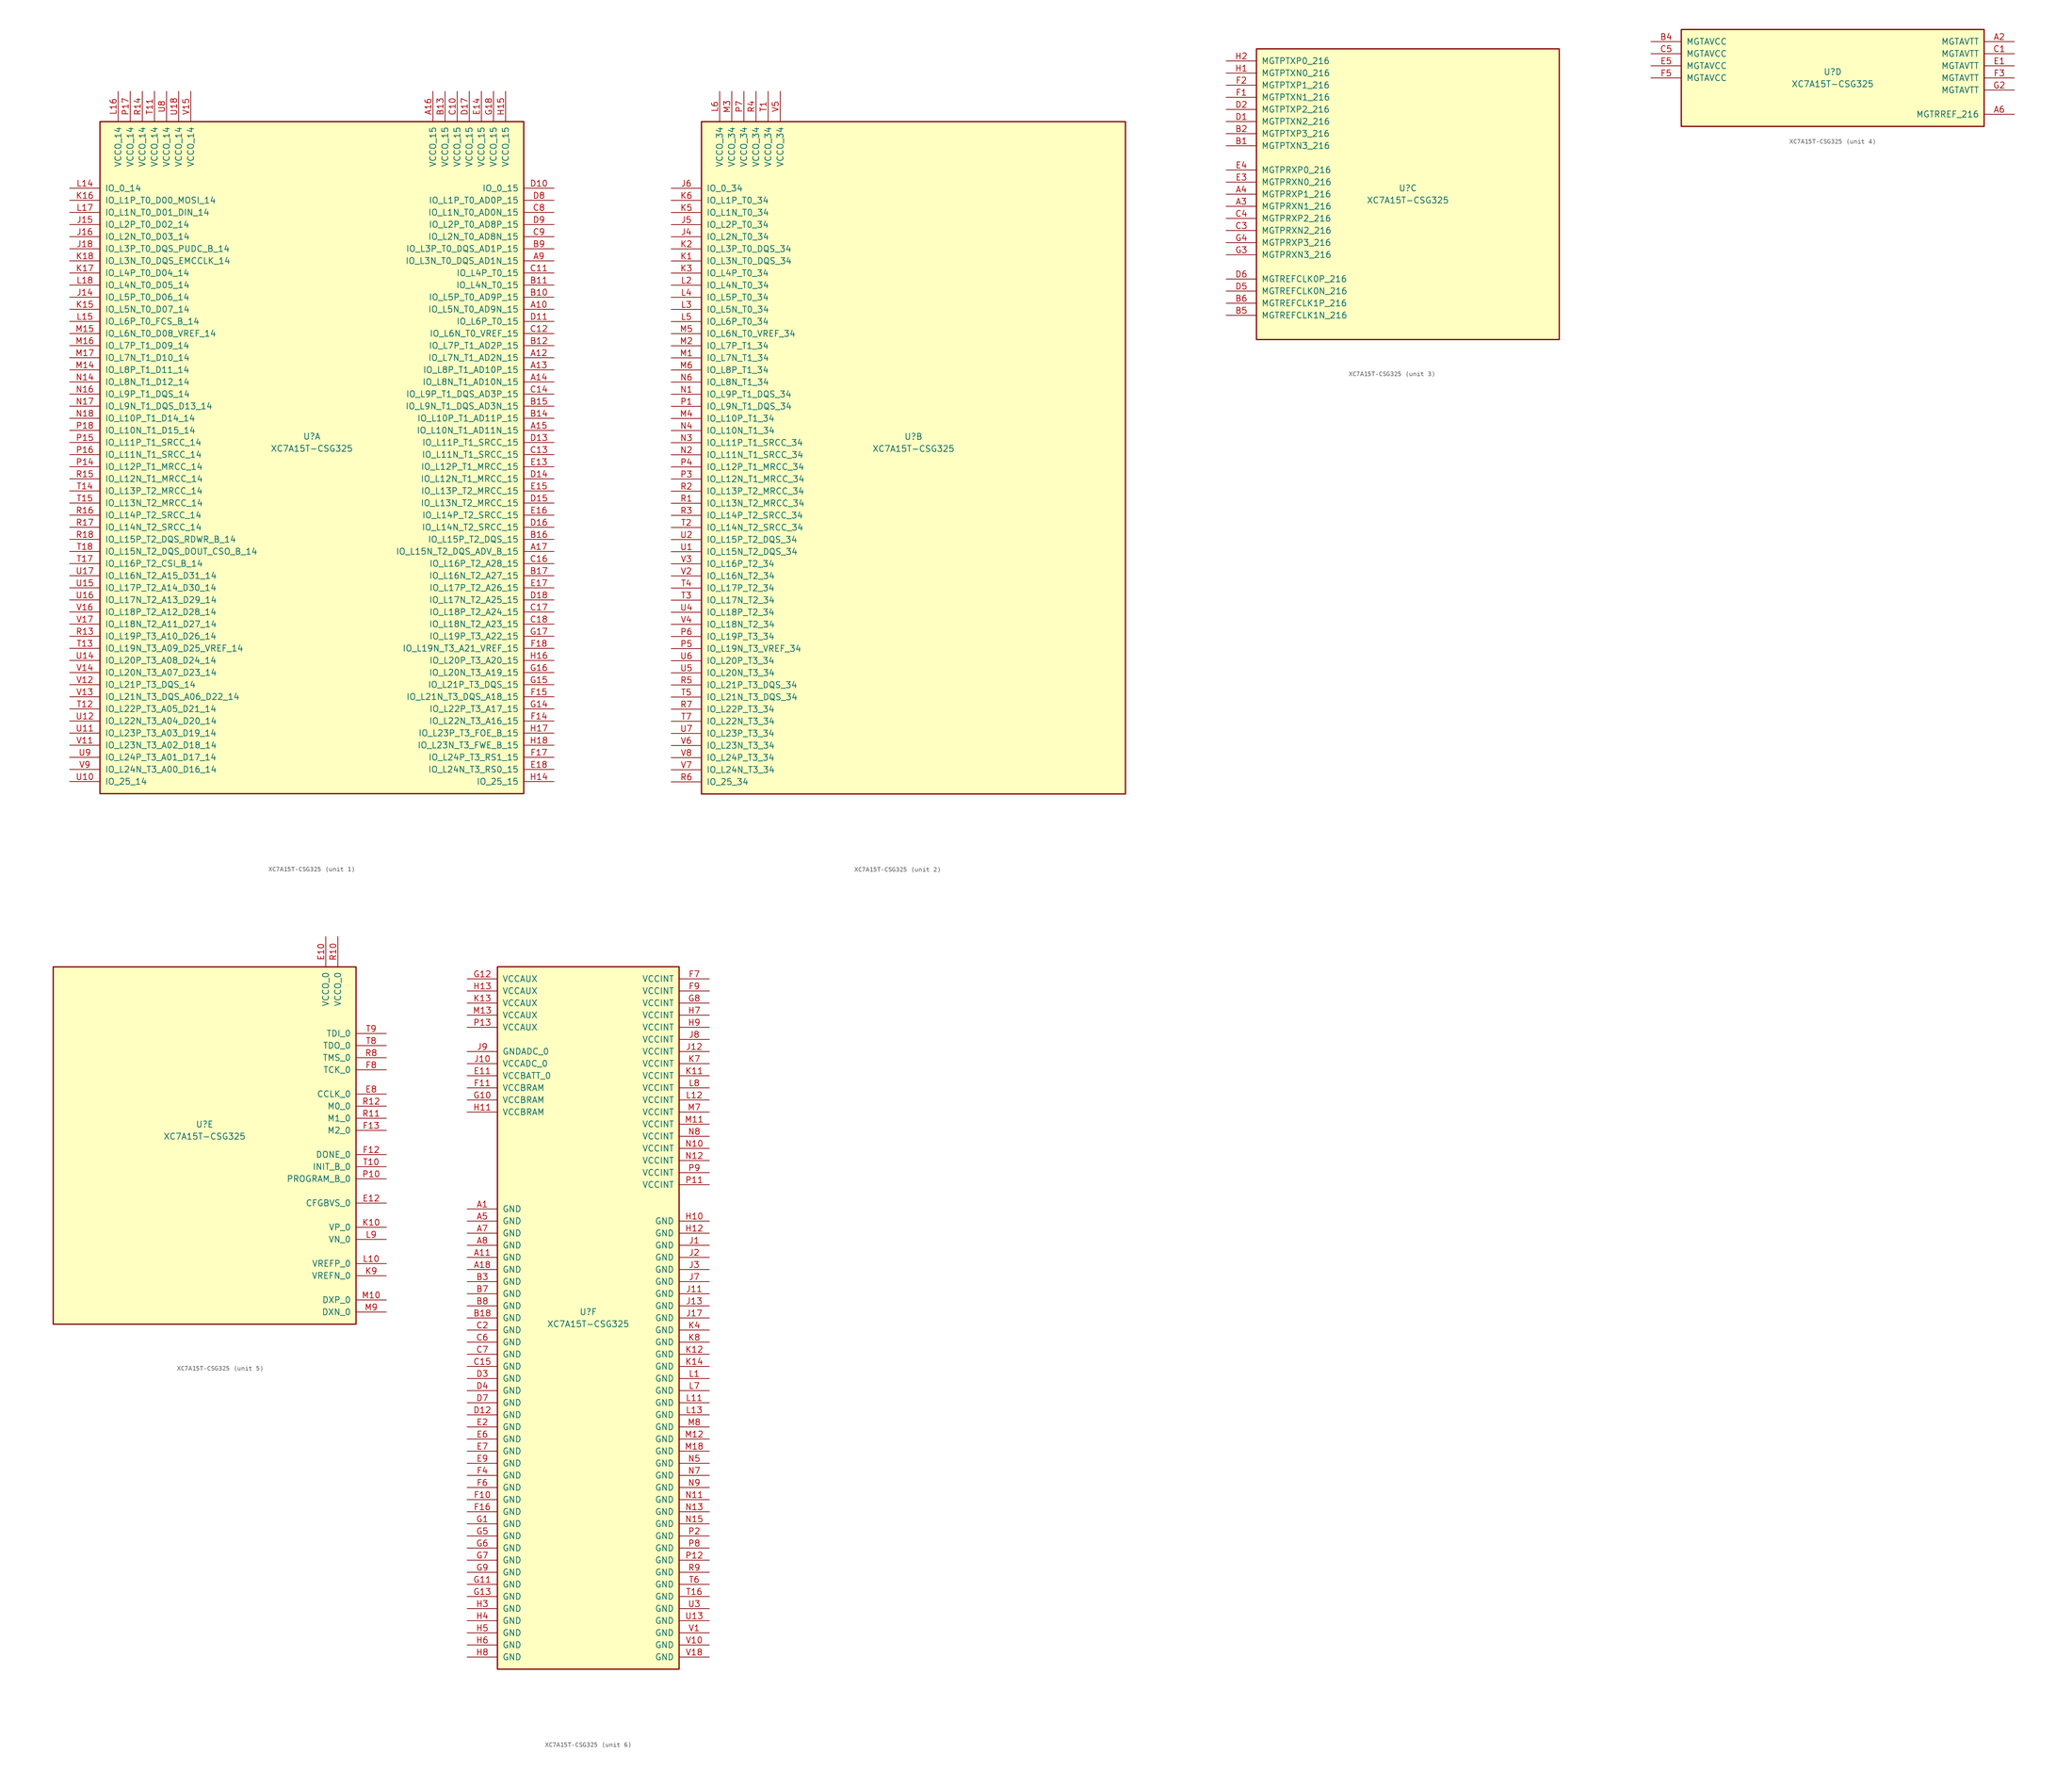
<source format=kicad_sym>
(kicad_symbol_lib
  (version 20231120)
  (generator "kicad_symbol_editor")
  (generator_version "8.0")
  (symbol "XC7A15T-CSG325"
    (pin_names
      (offset 1.016))
    (property "Reference" "U"
      (at 0 1.27 0)
      (effects (font (size 1.27 1.27))))
    (property "Value" "XC7A15T-CSG325"
      (at 0 -1.27 0)
      (effects (font (size 1.27 1.27))))
    (property "Datasheet" ""
      (at 0 0 0)
      (effects (font (size 1.27 1.27))))
    (property "ki_locked" ""
      (at 0 0 0)
      (effects (font (size 1.27 1.27))))
    (symbol "XC7A15T-CSG325_1_1"
      (rectangle (start -44.45 67.31) (end 44.45 -73.66) (stroke (width 0.254) (type solid)) (fill (type background)))
      (pin bidirectional line (at 50.8 27.94 180) (length 6.35) (name "IO_L5N_T0_AD9N_15" (effects (font (size 1.27 1.27)))) (number "A10" (effects (font (size 1.27 1.27)))))
      (pin bidirectional line (at 50.8 17.78 180) (length 6.35) (name "IO_L7N_T1_AD2N_15" (effects (font (size 1.27 1.27)))) (number "A12" (effects (font (size 1.27 1.27)))))
      (pin bidirectional line (at 50.8 15.24 180) (length 6.35) (name "IO_L8P_T1_AD10P_15" (effects (font (size 1.27 1.27)))) (number "A13" (effects (font (size 1.27 1.27)))))
      (pin bidirectional line (at 50.8 12.7 180) (length 6.35) (name "IO_L8N_T1_AD10N_15" (effects (font (size 1.27 1.27)))) (number "A14" (effects (font (size 1.27 1.27)))))
      (pin bidirectional line (at 50.8 2.54 180) (length 6.35) (name "IO_L10N_T1_AD11N_15" (effects (font (size 1.27 1.27)))) (number "A15" (effects (font (size 1.27 1.27)))))
      (pin power_in line (at 25.4 73.66 270) (length 6.35) (name "VCCO_15" (effects (font (size 1.27 1.27)))) (number "A16" (effects (font (size 1.27 1.27)))))
      (pin bidirectional line (at 50.8 -22.86 180) (length 6.35) (name "IO_L15N_T2_DQS_ADV_B_15" (effects (font (size 1.27 1.27)))) (number "A17" (effects (font (size 1.27 1.27)))))
      (pin bidirectional line (at 50.8 38.1 180) (length 6.35) (name "IO_L3N_T0_DQS_AD1N_15" (effects (font (size 1.27 1.27)))) (number "A9" (effects (font (size 1.27 1.27)))))
      (pin bidirectional line (at 50.8 30.48 180) (length 6.35) (name "IO_L5P_T0_AD9P_15" (effects (font (size 1.27 1.27)))) (number "B10" (effects (font (size 1.27 1.27)))))
      (pin bidirectional line (at 50.8 33.02 180) (length 6.35) (name "IO_L4N_T0_15" (effects (font (size 1.27 1.27)))) (number "B11" (effects (font (size 1.27 1.27)))))
      (pin bidirectional line (at 50.8 20.32 180) (length 6.35) (name "IO_L7P_T1_AD2P_15" (effects (font (size 1.27 1.27)))) (number "B12" (effects (font (size 1.27 1.27)))))
      (pin power_in line (at 27.94 73.66 270) (length 6.35) (name "VCCO_15" (effects (font (size 1.27 1.27)))) (number "B13" (effects (font (size 1.27 1.27)))))
      (pin bidirectional line (at 50.8 5.08 180) (length 6.35) (name "IO_L10P_T1_AD11P_15" (effects (font (size 1.27 1.27)))) (number "B14" (effects (font (size 1.27 1.27)))))
      (pin bidirectional line (at 50.8 7.62 180) (length 6.35) (name "IO_L9N_T1_DQS_AD3N_15" (effects (font (size 1.27 1.27)))) (number "B15" (effects (font (size 1.27 1.27)))))
      (pin bidirectional line (at 50.8 -20.32 180) (length 6.35) (name "IO_L15P_T2_DQS_15" (effects (font (size 1.27 1.27)))) (number "B16" (effects (font (size 1.27 1.27)))))
      (pin bidirectional line (at 50.8 -27.94 180) (length 6.35) (name "IO_L16N_T2_A27_15" (effects (font (size 1.27 1.27)))) (number "B17" (effects (font (size 1.27 1.27)))))
      (pin bidirectional line (at 50.8 40.64 180) (length 6.35) (name "IO_L3P_T0_DQS_AD1P_15" (effects (font (size 1.27 1.27)))) (number "B9" (effects (font (size 1.27 1.27)))))
      (pin power_in line (at 30.48 73.66 270) (length 6.35) (name "VCCO_15" (effects (font (size 1.27 1.27)))) (number "C10" (effects (font (size 1.27 1.27)))))
      (pin bidirectional line (at 50.8 35.56 180) (length 6.35) (name "IO_L4P_T0_15" (effects (font (size 1.27 1.27)))) (number "C11" (effects (font (size 1.27 1.27)))))
      (pin bidirectional line (at 50.8 22.86 180) (length 6.35) (name "IO_L6N_T0_VREF_15" (effects (font (size 1.27 1.27)))) (number "C12" (effects (font (size 1.27 1.27)))))
      (pin bidirectional line (at 50.8 -2.54 180) (length 6.35) (name "IO_L11N_T1_SRCC_15" (effects (font (size 1.27 1.27)))) (number "C13" (effects (font (size 1.27 1.27)))))
      (pin bidirectional line (at 50.8 10.16 180) (length 6.35) (name "IO_L9P_T1_DQS_AD3P_15" (effects (font (size 1.27 1.27)))) (number "C14" (effects (font (size 1.27 1.27)))))
      (pin bidirectional line (at 50.8 -25.4 180) (length 6.35) (name "IO_L16P_T2_A28_15" (effects (font (size 1.27 1.27)))) (number "C16" (effects (font (size 1.27 1.27)))))
      (pin bidirectional line (at 50.8 -35.56 180) (length 6.35) (name "IO_L18P_T2_A24_15" (effects (font (size 1.27 1.27)))) (number "C17" (effects (font (size 1.27 1.27)))))
      (pin bidirectional line (at 50.8 -38.1 180) (length 6.35) (name "IO_L18N_T2_A23_15" (effects (font (size 1.27 1.27)))) (number "C18" (effects (font (size 1.27 1.27)))))
      (pin bidirectional line (at 50.8 48.26 180) (length 6.35) (name "IO_L1N_T0_AD0N_15" (effects (font (size 1.27 1.27)))) (number "C8" (effects (font (size 1.27 1.27)))))
      (pin bidirectional line (at 50.8 43.18 180) (length 6.35) (name "IO_L2N_T0_AD8N_15" (effects (font (size 1.27 1.27)))) (number "C9" (effects (font (size 1.27 1.27)))))
      (pin bidirectional line (at 50.8 53.34 180) (length 6.35) (name "IO_0_15" (effects (font (size 1.27 1.27)))) (number "D10" (effects (font (size 1.27 1.27)))))
      (pin bidirectional line (at 50.8 25.4 180) (length 6.35) (name "IO_L6P_T0_15" (effects (font (size 1.27 1.27)))) (number "D11" (effects (font (size 1.27 1.27)))))
      (pin bidirectional line (at 50.8 0 180) (length 6.35) (name "IO_L11P_T1_SRCC_15" (effects (font (size 1.27 1.27)))) (number "D13" (effects (font (size 1.27 1.27)))))
      (pin bidirectional line (at 50.8 -7.62 180) (length 6.35) (name "IO_L12N_T1_MRCC_15" (effects (font (size 1.27 1.27)))) (number "D14" (effects (font (size 1.27 1.27)))))
      (pin bidirectional line (at 50.8 -12.7 180) (length 6.35) (name "IO_L13N_T2_MRCC_15" (effects (font (size 1.27 1.27)))) (number "D15" (effects (font (size 1.27 1.27)))))
      (pin bidirectional line (at 50.8 -17.78 180) (length 6.35) (name "IO_L14N_T2_SRCC_15" (effects (font (size 1.27 1.27)))) (number "D16" (effects (font (size 1.27 1.27)))))
      (pin power_in line (at 33.02 73.66 270) (length 6.35) (name "VCCO_15" (effects (font (size 1.27 1.27)))) (number "D17" (effects (font (size 1.27 1.27)))))
      (pin bidirectional line (at 50.8 -33.02 180) (length 6.35) (name "IO_L17N_T2_A25_15" (effects (font (size 1.27 1.27)))) (number "D18" (effects (font (size 1.27 1.27)))))
      (pin bidirectional line (at 50.8 50.8 180) (length 6.35) (name "IO_L1P_T0_AD0P_15" (effects (font (size 1.27 1.27)))) (number "D8" (effects (font (size 1.27 1.27)))))
      (pin bidirectional line (at 50.8 45.72 180) (length 6.35) (name "IO_L2P_T0_AD8P_15" (effects (font (size 1.27 1.27)))) (number "D9" (effects (font (size 1.27 1.27)))))
      (pin bidirectional line (at 50.8 -5.08 180) (length 6.35) (name "IO_L12P_T1_MRCC_15" (effects (font (size 1.27 1.27)))) (number "E13" (effects (font (size 1.27 1.27)))))
      (pin power_in line (at 35.56 73.66 270) (length 6.35) (name "VCCO_15" (effects (font (size 1.27 1.27)))) (number "E14" (effects (font (size 1.27 1.27)))))
      (pin bidirectional line (at 50.8 -10.16 180) (length 6.35) (name "IO_L13P_T2_MRCC_15" (effects (font (size 1.27 1.27)))) (number "E15" (effects (font (size 1.27 1.27)))))
      (pin bidirectional line (at 50.8 -15.24 180) (length 6.35) (name "IO_L14P_T2_SRCC_15" (effects (font (size 1.27 1.27)))) (number "E16" (effects (font (size 1.27 1.27)))))
      (pin bidirectional line (at 50.8 -30.48 180) (length 6.35) (name "IO_L17P_T2_A26_15" (effects (font (size 1.27 1.27)))) (number "E17" (effects (font (size 1.27 1.27)))))
      (pin bidirectional line (at 50.8 -68.58 180) (length 6.35) (name "IO_L24N_T3_RS0_15" (effects (font (size 1.27 1.27)))) (number "E18" (effects (font (size 1.27 1.27)))))
      (pin bidirectional line (at 50.8 -58.42 180) (length 6.35) (name "IO_L22N_T3_A16_15" (effects (font (size 1.27 1.27)))) (number "F14" (effects (font (size 1.27 1.27)))))
      (pin bidirectional line (at 50.8 -53.34 180) (length 6.35) (name "IO_L21N_T3_DQS_A18_15" (effects (font (size 1.27 1.27)))) (number "F15" (effects (font (size 1.27 1.27)))))
      (pin bidirectional line (at 50.8 -66.04 180) (length 6.35) (name "IO_L24P_T3_RS1_15" (effects (font (size 1.27 1.27)))) (number "F17" (effects (font (size 1.27 1.27)))))
      (pin bidirectional line (at 50.8 -43.18 180) (length 6.35) (name "IO_L19N_T3_A21_VREF_15" (effects (font (size 1.27 1.27)))) (number "F18" (effects (font (size 1.27 1.27)))))
      (pin bidirectional line (at 50.8 -55.88 180) (length 6.35) (name "IO_L22P_T3_A17_15" (effects (font (size 1.27 1.27)))) (number "G14" (effects (font (size 1.27 1.27)))))
      (pin bidirectional line (at 50.8 -50.8 180) (length 6.35) (name "IO_L21P_T3_DQS_15" (effects (font (size 1.27 1.27)))) (number "G15" (effects (font (size 1.27 1.27)))))
      (pin bidirectional line (at 50.8 -48.26 180) (length 6.35) (name "IO_L20N_T3_A19_15" (effects (font (size 1.27 1.27)))) (number "G16" (effects (font (size 1.27 1.27)))))
      (pin bidirectional line (at 50.8 -40.64 180) (length 6.35) (name "IO_L19P_T3_A22_15" (effects (font (size 1.27 1.27)))) (number "G17" (effects (font (size 1.27 1.27)))))
      (pin power_in line (at 38.1 73.66 270) (length 6.35) (name "VCCO_15" (effects (font (size 1.27 1.27)))) (number "G18" (effects (font (size 1.27 1.27)))))
      (pin bidirectional line (at 50.8 -71.12 180) (length 6.35) (name "IO_25_15" (effects (font (size 1.27 1.27)))) (number "H14" (effects (font (size 1.27 1.27)))))
      (pin power_in line (at 40.64 73.66 270) (length 6.35) (name "VCCO_15" (effects (font (size 1.27 1.27)))) (number "H15" (effects (font (size 1.27 1.27)))))
      (pin bidirectional line (at 50.8 -45.72 180) (length 6.35) (name "IO_L20P_T3_A20_15" (effects (font (size 1.27 1.27)))) (number "H16" (effects (font (size 1.27 1.27)))))
      (pin bidirectional line (at 50.8 -60.96 180) (length 6.35) (name "IO_L23P_T3_FOE_B_15" (effects (font (size 1.27 1.27)))) (number "H17" (effects (font (size 1.27 1.27)))))
      (pin bidirectional line (at 50.8 -63.5 180) (length 6.35) (name "IO_L23N_T3_FWE_B_15" (effects (font (size 1.27 1.27)))) (number "H18" (effects (font (size 1.27 1.27)))))
      (pin bidirectional line (at -50.8 30.48 0) (length 6.35) (name "IO_L5P_T0_D06_14" (effects (font (size 1.27 1.27)))) (number "J14" (effects (font (size 1.27 1.27)))))
      (pin bidirectional line (at -50.8 45.72 0) (length 6.35) (name "IO_L2P_T0_D02_14" (effects (font (size 1.27 1.27)))) (number "J15" (effects (font (size 1.27 1.27)))))
      (pin bidirectional line (at -50.8 43.18 0) (length 6.35) (name "IO_L2N_T0_D03_14" (effects (font (size 1.27 1.27)))) (number "J16" (effects (font (size 1.27 1.27)))))
      (pin bidirectional line (at -50.8 40.64 0) (length 6.35) (name "IO_L3P_T0_DQS_PUDC_B_14" (effects (font (size 1.27 1.27)))) (number "J18" (effects (font (size 1.27 1.27)))))
      (pin bidirectional line (at -50.8 27.94 0) (length 6.35) (name "IO_L5N_T0_D07_14" (effects (font (size 1.27 1.27)))) (number "K15" (effects (font (size 1.27 1.27)))))
      (pin bidirectional line (at -50.8 50.8 0) (length 6.35) (name "IO_L1P_T0_D00_MOSI_14" (effects (font (size 1.27 1.27)))) (number "K16" (effects (font (size 1.27 1.27)))))
      (pin bidirectional line (at -50.8 35.56 0) (length 6.35) (name "IO_L4P_T0_D04_14" (effects (font (size 1.27 1.27)))) (number "K17" (effects (font (size 1.27 1.27)))))
      (pin bidirectional line (at -50.8 38.1 0) (length 6.35) (name "IO_L3N_T0_DQS_EMCCLK_14" (effects (font (size 1.27 1.27)))) (number "K18" (effects (font (size 1.27 1.27)))))
      (pin bidirectional line (at -50.8 53.34 0) (length 6.35) (name "IO_0_14" (effects (font (size 1.27 1.27)))) (number "L14" (effects (font (size 1.27 1.27)))))
      (pin bidirectional line (at -50.8 25.4 0) (length 6.35) (name "IO_L6P_T0_FCS_B_14" (effects (font (size 1.27 1.27)))) (number "L15" (effects (font (size 1.27 1.27)))))
      (pin power_in line (at -40.64 73.66 270) (length 6.35) (name "VCCO_14" (effects (font (size 1.27 1.27)))) (number "L16" (effects (font (size 1.27 1.27)))))
      (pin bidirectional line (at -50.8 48.26 0) (length 6.35) (name "IO_L1N_T0_D01_DIN_14" (effects (font (size 1.27 1.27)))) (number "L17" (effects (font (size 1.27 1.27)))))
      (pin bidirectional line (at -50.8 33.02 0) (length 6.35) (name "IO_L4N_T0_D05_14" (effects (font (size 1.27 1.27)))) (number "L18" (effects (font (size 1.27 1.27)))))
      (pin bidirectional line (at -50.8 15.24 0) (length 6.35) (name "IO_L8P_T1_D11_14" (effects (font (size 1.27 1.27)))) (number "M14" (effects (font (size 1.27 1.27)))))
      (pin bidirectional line (at -50.8 22.86 0) (length 6.35) (name "IO_L6N_T0_D08_VREF_14" (effects (font (size 1.27 1.27)))) (number "M15" (effects (font (size 1.27 1.27)))))
      (pin bidirectional line (at -50.8 20.32 0) (length 6.35) (name "IO_L7P_T1_D09_14" (effects (font (size 1.27 1.27)))) (number "M16" (effects (font (size 1.27 1.27)))))
      (pin bidirectional line (at -50.8 17.78 0) (length 6.35) (name "IO_L7N_T1_D10_14" (effects (font (size 1.27 1.27)))) (number "M17" (effects (font (size 1.27 1.27)))))
      (pin bidirectional line (at -50.8 12.7 0) (length 6.35) (name "IO_L8N_T1_D12_14" (effects (font (size 1.27 1.27)))) (number "N14" (effects (font (size 1.27 1.27)))))
      (pin bidirectional line (at -50.8 10.16 0) (length 6.35) (name "IO_L9P_T1_DQS_14" (effects (font (size 1.27 1.27)))) (number "N16" (effects (font (size 1.27 1.27)))))
      (pin bidirectional line (at -50.8 7.62 0) (length 6.35) (name "IO_L9N_T1_DQS_D13_14" (effects (font (size 1.27 1.27)))) (number "N17" (effects (font (size 1.27 1.27)))))
      (pin bidirectional line (at -50.8 5.08 0) (length 6.35) (name "IO_L10P_T1_D14_14" (effects (font (size 1.27 1.27)))) (number "N18" (effects (font (size 1.27 1.27)))))
      (pin bidirectional line (at -50.8 -5.08 0) (length 6.35) (name "IO_L12P_T1_MRCC_14" (effects (font (size 1.27 1.27)))) (number "P14" (effects (font (size 1.27 1.27)))))
      (pin bidirectional line (at -50.8 0 0) (length 6.35) (name "IO_L11P_T1_SRCC_14" (effects (font (size 1.27 1.27)))) (number "P15" (effects (font (size 1.27 1.27)))))
      (pin bidirectional line (at -50.8 -2.54 0) (length 6.35) (name "IO_L11N_T1_SRCC_14" (effects (font (size 1.27 1.27)))) (number "P16" (effects (font (size 1.27 1.27)))))
      (pin power_in line (at -38.1 73.66 270) (length 6.35) (name "VCCO_14" (effects (font (size 1.27 1.27)))) (number "P17" (effects (font (size 1.27 1.27)))))
      (pin bidirectional line (at -50.8 2.54 0) (length 6.35) (name "IO_L10N_T1_D15_14" (effects (font (size 1.27 1.27)))) (number "P18" (effects (font (size 1.27 1.27)))))
      (pin bidirectional line (at -50.8 -40.64 0) (length 6.35) (name "IO_L19P_T3_A10_D26_14" (effects (font (size 1.27 1.27)))) (number "R13" (effects (font (size 1.27 1.27)))))
      (pin power_in line (at -35.56 73.66 270) (length 6.35) (name "VCCO_14" (effects (font (size 1.27 1.27)))) (number "R14" (effects (font (size 1.27 1.27)))))
      (pin bidirectional line (at -50.8 -7.62 0) (length 6.35) (name "IO_L12N_T1_MRCC_14" (effects (font (size 1.27 1.27)))) (number "R15" (effects (font (size 1.27 1.27)))))
      (pin bidirectional line (at -50.8 -15.24 0) (length 6.35) (name "IO_L14P_T2_SRCC_14" (effects (font (size 1.27 1.27)))) (number "R16" (effects (font (size 1.27 1.27)))))
      (pin bidirectional line (at -50.8 -17.78 0) (length 6.35) (name "IO_L14N_T2_SRCC_14" (effects (font (size 1.27 1.27)))) (number "R17" (effects (font (size 1.27 1.27)))))
      (pin bidirectional line (at -50.8 -20.32 0) (length 6.35) (name "IO_L15P_T2_DQS_RDWR_B_14" (effects (font (size 1.27 1.27)))) (number "R18" (effects (font (size 1.27 1.27)))))
      (pin power_in line (at -33.02 73.66 270) (length 6.35) (name "VCCO_14" (effects (font (size 1.27 1.27)))) (number "T11" (effects (font (size 1.27 1.27)))))
      (pin bidirectional line (at -50.8 -55.88 0) (length 6.35) (name "IO_L22P_T3_A05_D21_14" (effects (font (size 1.27 1.27)))) (number "T12" (effects (font (size 1.27 1.27)))))
      (pin bidirectional line (at -50.8 -43.18 0) (length 6.35) (name "IO_L19N_T3_A09_D25_VREF_14" (effects (font (size 1.27 1.27)))) (number "T13" (effects (font (size 1.27 1.27)))))
      (pin bidirectional line (at -50.8 -10.16 0) (length 6.35) (name "IO_L13P_T2_MRCC_14" (effects (font (size 1.27 1.27)))) (number "T14" (effects (font (size 1.27 1.27)))))
      (pin bidirectional line (at -50.8 -12.7 0) (length 6.35) (name "IO_L13N_T2_MRCC_14" (effects (font (size 1.27 1.27)))) (number "T15" (effects (font (size 1.27 1.27)))))
      (pin bidirectional line (at -50.8 -25.4 0) (length 6.35) (name "IO_L16P_T2_CSI_B_14" (effects (font (size 1.27 1.27)))) (number "T17" (effects (font (size 1.27 1.27)))))
      (pin bidirectional line (at -50.8 -22.86 0) (length 6.35) (name "IO_L15N_T2_DQS_DOUT_CSO_B_14" (effects (font (size 1.27 1.27)))) (number "T18" (effects (font (size 1.27 1.27)))))
      (pin bidirectional line (at -50.8 -71.12 0) (length 6.35) (name "IO_25_14" (effects (font (size 1.27 1.27)))) (number "U10" (effects (font (size 1.27 1.27)))))
      (pin bidirectional line (at -50.8 -60.96 0) (length 6.35) (name "IO_L23P_T3_A03_D19_14" (effects (font (size 1.27 1.27)))) (number "U11" (effects (font (size 1.27 1.27)))))
      (pin bidirectional line (at -50.8 -58.42 0) (length 6.35) (name "IO_L22N_T3_A04_D20_14" (effects (font (size 1.27 1.27)))) (number "U12" (effects (font (size 1.27 1.27)))))
      (pin bidirectional line (at -50.8 -45.72 0) (length 6.35) (name "IO_L20P_T3_A08_D24_14" (effects (font (size 1.27 1.27)))) (number "U14" (effects (font (size 1.27 1.27)))))
      (pin bidirectional line (at -50.8 -30.48 0) (length 6.35) (name "IO_L17P_T2_A14_D30_14" (effects (font (size 1.27 1.27)))) (number "U15" (effects (font (size 1.27 1.27)))))
      (pin bidirectional line (at -50.8 -33.02 0) (length 6.35) (name "IO_L17N_T2_A13_D29_14" (effects (font (size 1.27 1.27)))) (number "U16" (effects (font (size 1.27 1.27)))))
      (pin bidirectional line (at -50.8 -27.94 0) (length 6.35) (name "IO_L16N_T2_A15_D31_14" (effects (font (size 1.27 1.27)))) (number "U17" (effects (font (size 1.27 1.27)))))
      (pin power_in line (at -27.94 73.66 270) (length 6.35) (name "VCCO_14" (effects (font (size 1.27 1.27)))) (number "U18" (effects (font (size 1.27 1.27)))))
      (pin power_in line (at -30.48 73.66 270) (length 6.35) (name "VCCO_14" (effects (font (size 1.27 1.27)))) (number "U8" (effects (font (size 1.27 1.27)))))
      (pin bidirectional line (at -50.8 -66.04 0) (length 6.35) (name "IO_L24P_T3_A01_D17_14" (effects (font (size 1.27 1.27)))) (number "U9" (effects (font (size 1.27 1.27)))))
      (pin bidirectional line (at -50.8 -63.5 0) (length 6.35) (name "IO_L23N_T3_A02_D18_14" (effects (font (size 1.27 1.27)))) (number "V11" (effects (font (size 1.27 1.27)))))
      (pin bidirectional line (at -50.8 -50.8 0) (length 6.35) (name "IO_L21P_T3_DQS_14" (effects (font (size 1.27 1.27)))) (number "V12" (effects (font (size 1.27 1.27)))))
      (pin bidirectional line (at -50.8 -53.34 0) (length 6.35) (name "IO_L21N_T3_DQS_A06_D22_14" (effects (font (size 1.27 1.27)))) (number "V13" (effects (font (size 1.27 1.27)))))
      (pin bidirectional line (at -50.8 -48.26 0) (length 6.35) (name "IO_L20N_T3_A07_D23_14" (effects (font (size 1.27 1.27)))) (number "V14" (effects (font (size 1.27 1.27)))))
      (pin power_in line (at -25.4 73.66 270) (length 6.35) (name "VCCO_14" (effects (font (size 1.27 1.27)))) (number "V15" (effects (font (size 1.27 1.27)))))
      (pin bidirectional line (at -50.8 -35.56 0) (length 6.35) (name "IO_L18P_T2_A12_D28_14" (effects (font (size 1.27 1.27)))) (number "V16" (effects (font (size 1.27 1.27)))))
      (pin bidirectional line (at -50.8 -38.1 0) (length 6.35) (name "IO_L18N_T2_A11_D27_14" (effects (font (size 1.27 1.27)))) (number "V17" (effects (font (size 1.27 1.27)))))
      (pin bidirectional line (at -50.8 -68.58 0) (length 6.35) (name "IO_L24N_T3_A00_D16_14" (effects (font (size 1.27 1.27)))) (number "V9" (effects (font (size 1.27 1.27))))))
    (symbol "XC7A15T-CSG325_2_1"
      (rectangle (start -44.45 67.31) (end 44.45 -73.66) (stroke (width 0.254) (type solid)) (fill (type background)))
      (pin bidirectional line (at -50.8 43.18 0) (length 6.35) (name "IO_L2N_T0_34" (effects (font (size 1.27 1.27)))) (number "J4" (effects (font (size 1.27 1.27)))))
      (pin bidirectional line (at -50.8 45.72 0) (length 6.35) (name "IO_L2P_T0_34" (effects (font (size 1.27 1.27)))) (number "J5" (effects (font (size 1.27 1.27)))))
      (pin bidirectional line (at -50.8 53.34 0) (length 6.35) (name "IO_0_34" (effects (font (size 1.27 1.27)))) (number "J6" (effects (font (size 1.27 1.27)))))
      (pin bidirectional line (at -50.8 38.1 0) (length 6.35) (name "IO_L3N_T0_DQS_34" (effects (font (size 1.27 1.27)))) (number "K1" (effects (font (size 1.27 1.27)))))
      (pin bidirectional line (at -50.8 40.64 0) (length 6.35) (name "IO_L3P_T0_DQS_34" (effects (font (size 1.27 1.27)))) (number "K2" (effects (font (size 1.27 1.27)))))
      (pin bidirectional line (at -50.8 35.56 0) (length 6.35) (name "IO_L4P_T0_34" (effects (font (size 1.27 1.27)))) (number "K3" (effects (font (size 1.27 1.27)))))
      (pin bidirectional line (at -50.8 48.26 0) (length 6.35) (name "IO_L1N_T0_34" (effects (font (size 1.27 1.27)))) (number "K5" (effects (font (size 1.27 1.27)))))
      (pin bidirectional line (at -50.8 50.8 0) (length 6.35) (name "IO_L1P_T0_34" (effects (font (size 1.27 1.27)))) (number "K6" (effects (font (size 1.27 1.27)))))
      (pin bidirectional line (at -50.8 33.02 0) (length 6.35) (name "IO_L4N_T0_34" (effects (font (size 1.27 1.27)))) (number "L2" (effects (font (size 1.27 1.27)))))
      (pin bidirectional line (at -50.8 27.94 0) (length 6.35) (name "IO_L5N_T0_34" (effects (font (size 1.27 1.27)))) (number "L3" (effects (font (size 1.27 1.27)))))
      (pin bidirectional line (at -50.8 30.48 0) (length 6.35) (name "IO_L5P_T0_34" (effects (font (size 1.27 1.27)))) (number "L4" (effects (font (size 1.27 1.27)))))
      (pin bidirectional line (at -50.8 25.4 0) (length 6.35) (name "IO_L6P_T0_34" (effects (font (size 1.27 1.27)))) (number "L5" (effects (font (size 1.27 1.27)))))
      (pin power_in line (at -40.64 73.66 270) (length 6.35) (name "VCCO_34" (effects (font (size 1.27 1.27)))) (number "L6" (effects (font (size 1.27 1.27)))))
      (pin bidirectional line (at -50.8 17.78 0) (length 6.35) (name "IO_L7N_T1_34" (effects (font (size 1.27 1.27)))) (number "M1" (effects (font (size 1.27 1.27)))))
      (pin bidirectional line (at -50.8 20.32 0) (length 6.35) (name "IO_L7P_T1_34" (effects (font (size 1.27 1.27)))) (number "M2" (effects (font (size 1.27 1.27)))))
      (pin power_in line (at -38.1 73.66 270) (length 6.35) (name "VCCO_34" (effects (font (size 1.27 1.27)))) (number "M3" (effects (font (size 1.27 1.27)))))
      (pin bidirectional line (at -50.8 5.08 0) (length 6.35) (name "IO_L10P_T1_34" (effects (font (size 1.27 1.27)))) (number "M4" (effects (font (size 1.27 1.27)))))
      (pin bidirectional line (at -50.8 22.86 0) (length 6.35) (name "IO_L6N_T0_VREF_34" (effects (font (size 1.27 1.27)))) (number "M5" (effects (font (size 1.27 1.27)))))
      (pin bidirectional line (at -50.8 15.24 0) (length 6.35) (name "IO_L8P_T1_34" (effects (font (size 1.27 1.27)))) (number "M6" (effects (font (size 1.27 1.27)))))
      (pin bidirectional line (at -50.8 10.16 0) (length 6.35) (name "IO_L9P_T1_DQS_34" (effects (font (size 1.27 1.27)))) (number "N1" (effects (font (size 1.27 1.27)))))
      (pin bidirectional line (at -50.8 -2.54 0) (length 6.35) (name "IO_L11N_T1_SRCC_34" (effects (font (size 1.27 1.27)))) (number "N2" (effects (font (size 1.27 1.27)))))
      (pin bidirectional line (at -50.8 0 0) (length 6.35) (name "IO_L11P_T1_SRCC_34" (effects (font (size 1.27 1.27)))) (number "N3" (effects (font (size 1.27 1.27)))))
      (pin bidirectional line (at -50.8 2.54 0) (length 6.35) (name "IO_L10N_T1_34" (effects (font (size 1.27 1.27)))) (number "N4" (effects (font (size 1.27 1.27)))))
      (pin bidirectional line (at -50.8 12.7 0) (length 6.35) (name "IO_L8N_T1_34" (effects (font (size 1.27 1.27)))) (number "N6" (effects (font (size 1.27 1.27)))))
      (pin bidirectional line (at -50.8 7.62 0) (length 6.35) (name "IO_L9N_T1_DQS_34" (effects (font (size 1.27 1.27)))) (number "P1" (effects (font (size 1.27 1.27)))))
      (pin bidirectional line (at -50.8 -7.62 0) (length 6.35) (name "IO_L12N_T1_MRCC_34" (effects (font (size 1.27 1.27)))) (number "P3" (effects (font (size 1.27 1.27)))))
      (pin bidirectional line (at -50.8 -5.08 0) (length 6.35) (name "IO_L12P_T1_MRCC_34" (effects (font (size 1.27 1.27)))) (number "P4" (effects (font (size 1.27 1.27)))))
      (pin bidirectional line (at -50.8 -43.18 0) (length 6.35) (name "IO_L19N_T3_VREF_34" (effects (font (size 1.27 1.27)))) (number "P5" (effects (font (size 1.27 1.27)))))
      (pin bidirectional line (at -50.8 -40.64 0) (length 6.35) (name "IO_L19P_T3_34" (effects (font (size 1.27 1.27)))) (number "P6" (effects (font (size 1.27 1.27)))))
      (pin power_in line (at -35.56 73.66 270) (length 6.35) (name "VCCO_34" (effects (font (size 1.27 1.27)))) (number "P7" (effects (font (size 1.27 1.27)))))
      (pin bidirectional line (at -50.8 -12.7 0) (length 6.35) (name "IO_L13N_T2_MRCC_34" (effects (font (size 1.27 1.27)))) (number "R1" (effects (font (size 1.27 1.27)))))
      (pin bidirectional line (at -50.8 -10.16 0) (length 6.35) (name "IO_L13P_T2_MRCC_34" (effects (font (size 1.27 1.27)))) (number "R2" (effects (font (size 1.27 1.27)))))
      (pin bidirectional line (at -50.8 -15.24 0) (length 6.35) (name "IO_L14P_T2_SRCC_34" (effects (font (size 1.27 1.27)))) (number "R3" (effects (font (size 1.27 1.27)))))
      (pin power_in line (at -33.02 73.66 270) (length 6.35) (name "VCCO_34" (effects (font (size 1.27 1.27)))) (number "R4" (effects (font (size 1.27 1.27)))))
      (pin bidirectional line (at -50.8 -50.8 0) (length 6.35) (name "IO_L21P_T3_DQS_34" (effects (font (size 1.27 1.27)))) (number "R5" (effects (font (size 1.27 1.27)))))
      (pin bidirectional line (at -50.8 -71.12 0) (length 6.35) (name "IO_25_34" (effects (font (size 1.27 1.27)))) (number "R6" (effects (font (size 1.27 1.27)))))
      (pin bidirectional line (at -50.8 -55.88 0) (length 6.35) (name "IO_L22P_T3_34" (effects (font (size 1.27 1.27)))) (number "R7" (effects (font (size 1.27 1.27)))))
      (pin power_in line (at -30.48 73.66 270) (length 6.35) (name "VCCO_34" (effects (font (size 1.27 1.27)))) (number "T1" (effects (font (size 1.27 1.27)))))
      (pin bidirectional line (at -50.8 -17.78 0) (length 6.35) (name "IO_L14N_T2_SRCC_34" (effects (font (size 1.27 1.27)))) (number "T2" (effects (font (size 1.27 1.27)))))
      (pin bidirectional line (at -50.8 -33.02 0) (length 6.35) (name "IO_L17N_T2_34" (effects (font (size 1.27 1.27)))) (number "T3" (effects (font (size 1.27 1.27)))))
      (pin bidirectional line (at -50.8 -30.48 0) (length 6.35) (name "IO_L17P_T2_34" (effects (font (size 1.27 1.27)))) (number "T4" (effects (font (size 1.27 1.27)))))
      (pin bidirectional line (at -50.8 -53.34 0) (length 6.35) (name "IO_L21N_T3_DQS_34" (effects (font (size 1.27 1.27)))) (number "T5" (effects (font (size 1.27 1.27)))))
      (pin bidirectional line (at -50.8 -58.42 0) (length 6.35) (name "IO_L22N_T3_34" (effects (font (size 1.27 1.27)))) (number "T7" (effects (font (size 1.27 1.27)))))
      (pin bidirectional line (at -50.8 -22.86 0) (length 6.35) (name "IO_L15N_T2_DQS_34" (effects (font (size 1.27 1.27)))) (number "U1" (effects (font (size 1.27 1.27)))))
      (pin bidirectional line (at -50.8 -20.32 0) (length 6.35) (name "IO_L15P_T2_DQS_34" (effects (font (size 1.27 1.27)))) (number "U2" (effects (font (size 1.27 1.27)))))
      (pin bidirectional line (at -50.8 -35.56 0) (length 6.35) (name "IO_L18P_T2_34" (effects (font (size 1.27 1.27)))) (number "U4" (effects (font (size 1.27 1.27)))))
      (pin bidirectional line (at -50.8 -48.26 0) (length 6.35) (name "IO_L20N_T3_34" (effects (font (size 1.27 1.27)))) (number "U5" (effects (font (size 1.27 1.27)))))
      (pin bidirectional line (at -50.8 -45.72 0) (length 6.35) (name "IO_L20P_T3_34" (effects (font (size 1.27 1.27)))) (number "U6" (effects (font (size 1.27 1.27)))))
      (pin bidirectional line (at -50.8 -60.96 0) (length 6.35) (name "IO_L23P_T3_34" (effects (font (size 1.27 1.27)))) (number "U7" (effects (font (size 1.27 1.27)))))
      (pin bidirectional line (at -50.8 -27.94 0) (length 6.35) (name "IO_L16N_T2_34" (effects (font (size 1.27 1.27)))) (number "V2" (effects (font (size 1.27 1.27)))))
      (pin bidirectional line (at -50.8 -25.4 0) (length 6.35) (name "IO_L16P_T2_34" (effects (font (size 1.27 1.27)))) (number "V3" (effects (font (size 1.27 1.27)))))
      (pin bidirectional line (at -50.8 -38.1 0) (length 6.35) (name "IO_L18N_T2_34" (effects (font (size 1.27 1.27)))) (number "V4" (effects (font (size 1.27 1.27)))))
      (pin power_in line (at -27.94 73.66 270) (length 6.35) (name "VCCO_34" (effects (font (size 1.27 1.27)))) (number "V5" (effects (font (size 1.27 1.27)))))
      (pin bidirectional line (at -50.8 -63.5 0) (length 6.35) (name "IO_L23N_T3_34" (effects (font (size 1.27 1.27)))) (number "V6" (effects (font (size 1.27 1.27)))))
      (pin bidirectional line (at -50.8 -68.58 0) (length 6.35) (name "IO_L24N_T3_34" (effects (font (size 1.27 1.27)))) (number "V7" (effects (font (size 1.27 1.27)))))
      (pin bidirectional line (at -50.8 -66.04 0) (length 6.35) (name "IO_L24P_T3_34" (effects (font (size 1.27 1.27)))) (number "V8" (effects (font (size 1.27 1.27))))))
    (symbol "XC7A15T-CSG325_3_1"
      (rectangle (start -31.75 30.48) (end 31.75 -30.48) (stroke (width 0.254) (type solid)) (fill (type background)))
      (pin bidirectional line (at -38.1 -2.54 0) (length 6.35) (name "MGTPRXN1_216" (effects (font (size 1.27 1.27)))) (number "A3" (effects (font (size 1.27 1.27)))))
      (pin bidirectional line (at -38.1 0 0) (length 6.35) (name "MGTPRXP1_216" (effects (font (size 1.27 1.27)))) (number "A4" (effects (font (size 1.27 1.27)))))
      (pin bidirectional line (at -38.1 10.16 0) (length 6.35) (name "MGTPTXN3_216" (effects (font (size 1.27 1.27)))) (number "B1" (effects (font (size 1.27 1.27)))))
      (pin bidirectional line (at -38.1 12.7 0) (length 6.35) (name "MGTPTXP3_216" (effects (font (size 1.27 1.27)))) (number "B2" (effects (font (size 1.27 1.27)))))
      (pin bidirectional line (at -38.1 -25.4 0) (length 6.35) (name "MGTREFCLK1N_216" (effects (font (size 1.27 1.27)))) (number "B5" (effects (font (size 1.27 1.27)))))
      (pin bidirectional line (at -38.1 -22.86 0) (length 6.35) (name "MGTREFCLK1P_216" (effects (font (size 1.27 1.27)))) (number "B6" (effects (font (size 1.27 1.27)))))
      (pin bidirectional line (at -38.1 -7.62 0) (length 6.35) (name "MGTPRXN2_216" (effects (font (size 1.27 1.27)))) (number "C3" (effects (font (size 1.27 1.27)))))
      (pin bidirectional line (at -38.1 -5.08 0) (length 6.35) (name "MGTPRXP2_216" (effects (font (size 1.27 1.27)))) (number "C4" (effects (font (size 1.27 1.27)))))
      (pin bidirectional line (at -38.1 15.24 0) (length 6.35) (name "MGTPTXN2_216" (effects (font (size 1.27 1.27)))) (number "D1" (effects (font (size 1.27 1.27)))))
      (pin bidirectional line (at -38.1 17.78 0) (length 6.35) (name "MGTPTXP2_216" (effects (font (size 1.27 1.27)))) (number "D2" (effects (font (size 1.27 1.27)))))
      (pin bidirectional line (at -38.1 -20.32 0) (length 6.35) (name "MGTREFCLK0N_216" (effects (font (size 1.27 1.27)))) (number "D5" (effects (font (size 1.27 1.27)))))
      (pin bidirectional line (at -38.1 -17.78 0) (length 6.35) (name "MGTREFCLK0P_216" (effects (font (size 1.27 1.27)))) (number "D6" (effects (font (size 1.27 1.27)))))
      (pin bidirectional line (at -38.1 2.54 0) (length 6.35) (name "MGTPRXN0_216" (effects (font (size 1.27 1.27)))) (number "E3" (effects (font (size 1.27 1.27)))))
      (pin bidirectional line (at -38.1 5.08 0) (length 6.35) (name "MGTPRXP0_216" (effects (font (size 1.27 1.27)))) (number "E4" (effects (font (size 1.27 1.27)))))
      (pin bidirectional line (at -38.1 20.32 0) (length 6.35) (name "MGTPTXN1_216" (effects (font (size 1.27 1.27)))) (number "F1" (effects (font (size 1.27 1.27)))))
      (pin bidirectional line (at -38.1 22.86 0) (length 6.35) (name "MGTPTXP1_216" (effects (font (size 1.27 1.27)))) (number "F2" (effects (font (size 1.27 1.27)))))
      (pin bidirectional line (at -38.1 -12.7 0) (length 6.35) (name "MGTPRXN3_216" (effects (font (size 1.27 1.27)))) (number "G3" (effects (font (size 1.27 1.27)))))
      (pin bidirectional line (at -38.1 -10.16 0) (length 6.35) (name "MGTPRXP3_216" (effects (font (size 1.27 1.27)))) (number "G4" (effects (font (size 1.27 1.27)))))
      (pin bidirectional line (at -38.1 25.4 0) (length 6.35) (name "MGTPTXN0_216" (effects (font (size 1.27 1.27)))) (number "H1" (effects (font (size 1.27 1.27)))))
      (pin bidirectional line (at -38.1 27.94 0) (length 6.35) (name "MGTPTXP0_216" (effects (font (size 1.27 1.27)))) (number "H2" (effects (font (size 1.27 1.27))))))
    (symbol "XC7A15T-CSG325_4_1"
      (rectangle (start -31.75 10.16) (end 31.75 -10.16) (stroke (width 0.254) (type solid)) (fill (type background)))
      (pin power_in line (at 38.1 7.62 180) (length 6.35) (name "MGTAVTT" (effects (font (size 1.27 1.27)))) (number "A2" (effects (font (size 1.27 1.27)))))
      (pin power_in line (at 38.1 -7.62 180) (length 6.35) (name "MGTRREF_216" (effects (font (size 1.27 1.27)))) (number "A6" (effects (font (size 1.27 1.27)))))
      (pin power_in line (at -38.1 7.62 0) (length 6.35) (name "MGTAVCC" (effects (font (size 1.27 1.27)))) (number "B4" (effects (font (size 1.27 1.27)))))
      (pin power_in line (at 38.1 5.08 180) (length 6.35) (name "MGTAVTT" (effects (font (size 1.27 1.27)))) (number "C1" (effects (font (size 1.27 1.27)))))
      (pin power_in line (at -38.1 5.08 0) (length 6.35) (name "MGTAVCC" (effects (font (size 1.27 1.27)))) (number "C5" (effects (font (size 1.27 1.27)))))
      (pin power_in line (at 38.1 2.54 180) (length 6.35) (name "MGTAVTT" (effects (font (size 1.27 1.27)))) (number "E1" (effects (font (size 1.27 1.27)))))
      (pin power_in line (at -38.1 2.54 0) (length 6.35) (name "MGTAVCC" (effects (font (size 1.27 1.27)))) (number "E5" (effects (font (size 1.27 1.27)))))
      (pin power_in line (at 38.1 0 180) (length 6.35) (name "MGTAVTT" (effects (font (size 1.27 1.27)))) (number "F3" (effects (font (size 1.27 1.27)))))
      (pin power_in line (at -38.1 0 0) (length 6.35) (name "MGTAVCC" (effects (font (size 1.27 1.27)))) (number "F5" (effects (font (size 1.27 1.27)))))
      (pin power_in line (at 38.1 -2.54 180) (length 6.35) (name "MGTAVTT" (effects (font (size 1.27 1.27)))) (number "G2" (effects (font (size 1.27 1.27))))))
    (symbol "XC7A15T-CSG325_5_1"
      (rectangle (start -31.75 34.29) (end 31.75 -40.64) (stroke (width 0.254) (type solid)) (fill (type background)))
      (pin power_in line (at 25.4 40.64 270) (length 6.35) (name "VCCO_0" (effects (font (size 1.27 1.27)))) (number "E10" (effects (font (size 1.27 1.27)))))
      (pin bidirectional line (at 38.1 -15.24 180) (length 6.35) (name "CFGBVS_0" (effects (font (size 1.27 1.27)))) (number "E12" (effects (font (size 1.27 1.27)))))
      (pin bidirectional line (at 38.1 7.62 180) (length 6.35) (name "CCLK_0" (effects (font (size 1.27 1.27)))) (number "E8" (effects (font (size 1.27 1.27)))))
      (pin bidirectional line (at 38.1 -5.08 180) (length 6.35) (name "DONE_0" (effects (font (size 1.27 1.27)))) (number "F12" (effects (font (size 1.27 1.27)))))
      (pin bidirectional line (at 38.1 0 180) (length 6.35) (name "M2_0" (effects (font (size 1.27 1.27)))) (number "F13" (effects (font (size 1.27 1.27)))))
      (pin bidirectional line (at 38.1 12.7 180) (length 6.35) (name "TCK_0" (effects (font (size 1.27 1.27)))) (number "F8" (effects (font (size 1.27 1.27)))))
      (pin bidirectional line (at 38.1 -20.32 180) (length 6.35) (name "VP_0" (effects (font (size 1.27 1.27)))) (number "K10" (effects (font (size 1.27 1.27)))))
      (pin bidirectional line (at 38.1 -30.48 180) (length 6.35) (name "VREFN_0" (effects (font (size 1.27 1.27)))) (number "K9" (effects (font (size 1.27 1.27)))))
      (pin bidirectional line (at 38.1 -27.94 180) (length 6.35) (name "VREFP_0" (effects (font (size 1.27 1.27)))) (number "L10" (effects (font (size 1.27 1.27)))))
      (pin bidirectional line (at 38.1 -22.86 180) (length 6.35) (name "VN_0" (effects (font (size 1.27 1.27)))) (number "L9" (effects (font (size 1.27 1.27)))))
      (pin bidirectional line (at 38.1 -35.56 180) (length 6.35) (name "DXP_0" (effects (font (size 1.27 1.27)))) (number "M10" (effects (font (size 1.27 1.27)))))
      (pin bidirectional line (at 38.1 -38.1 180) (length 6.35) (name "DXN_0" (effects (font (size 1.27 1.27)))) (number "M9" (effects (font (size 1.27 1.27)))))
      (pin bidirectional line (at 38.1 -10.16 180) (length 6.35) (name "PROGRAM_B_0" (effects (font (size 1.27 1.27)))) (number "P10" (effects (font (size 1.27 1.27)))))
      (pin power_in line (at 27.94 40.64 270) (length 6.35) (name "VCCO_0" (effects (font (size 1.27 1.27)))) (number "R10" (effects (font (size 1.27 1.27)))))
      (pin bidirectional line (at 38.1 2.54 180) (length 6.35) (name "M1_0" (effects (font (size 1.27 1.27)))) (number "R11" (effects (font (size 1.27 1.27)))))
      (pin bidirectional line (at 38.1 5.08 180) (length 6.35) (name "M0_0" (effects (font (size 1.27 1.27)))) (number "R12" (effects (font (size 1.27 1.27)))))
      (pin bidirectional line (at 38.1 15.24 180) (length 6.35) (name "TMS_0" (effects (font (size 1.27 1.27)))) (number "R8" (effects (font (size 1.27 1.27)))))
      (pin bidirectional line (at 38.1 -7.62 180) (length 6.35) (name "INIT_B_0" (effects (font (size 1.27 1.27)))) (number "T10" (effects (font (size 1.27 1.27)))))
      (pin bidirectional line (at 38.1 17.78 180) (length 6.35) (name "TDO_0" (effects (font (size 1.27 1.27)))) (number "T8" (effects (font (size 1.27 1.27)))))
      (pin bidirectional line (at 38.1 20.32 180) (length 6.35) (name "TDI_0" (effects (font (size 1.27 1.27)))) (number "T9" (effects (font (size 1.27 1.27))))))
    (symbol "XC7A15T-CSG325_6_1"
      (rectangle (start -19.05 73.66) (end 19.05 -73.66) (stroke (width 0.254) (type solid)) (fill (type background)))
      (pin power_in line (at -25.4 22.86 0) (length 6.35) (name "GND" (effects (font (size 1.27 1.27)))) (number "A1" (effects (font (size 1.27 1.27)))))
      (pin power_in line (at -25.4 12.7 0) (length 6.35) (name "GND" (effects (font (size 1.27 1.27)))) (number "A11" (effects (font (size 1.27 1.27)))))
      (pin power_in line (at -25.4 10.16 0) (length 6.35) (name "GND" (effects (font (size 1.27 1.27)))) (number "A18" (effects (font (size 1.27 1.27)))))
      (pin power_in line (at -25.4 20.32 0) (length 6.35) (name "GND" (effects (font (size 1.27 1.27)))) (number "A5" (effects (font (size 1.27 1.27)))))
      (pin power_in line (at -25.4 17.78 0) (length 6.35) (name "GND" (effects (font (size 1.27 1.27)))) (number "A7" (effects (font (size 1.27 1.27)))))
      (pin power_in line (at -25.4 15.24 0) (length 6.35) (name "GND" (effects (font (size 1.27 1.27)))) (number "A8" (effects (font (size 1.27 1.27)))))
      (pin power_in line (at -25.4 0 0) (length 6.35) (name "GND" (effects (font (size 1.27 1.27)))) (number "B18" (effects (font (size 1.27 1.27)))))
      (pin power_in line (at -25.4 7.62 0) (length 6.35) (name "GND" (effects (font (size 1.27 1.27)))) (number "B3" (effects (font (size 1.27 1.27)))))
      (pin power_in line (at -25.4 5.08 0) (length 6.35) (name "GND" (effects (font (size 1.27 1.27)))) (number "B7" (effects (font (size 1.27 1.27)))))
      (pin power_in line (at -25.4 2.54 0) (length 6.35) (name "GND" (effects (font (size 1.27 1.27)))) (number "B8" (effects (font (size 1.27 1.27)))))
      (pin power_in line (at -25.4 -10.16 0) (length 6.35) (name "GND" (effects (font (size 1.27 1.27)))) (number "C15" (effects (font (size 1.27 1.27)))))
      (pin power_in line (at -25.4 -2.54 0) (length 6.35) (name "GND" (effects (font (size 1.27 1.27)))) (number "C2" (effects (font (size 1.27 1.27)))))
      (pin power_in line (at -25.4 -5.08 0) (length 6.35) (name "GND" (effects (font (size 1.27 1.27)))) (number "C6" (effects (font (size 1.27 1.27)))))
      (pin power_in line (at -25.4 -7.62 0) (length 6.35) (name "GND" (effects (font (size 1.27 1.27)))) (number "C7" (effects (font (size 1.27 1.27)))))
      (pin power_in line (at -25.4 -20.32 0) (length 6.35) (name "GND" (effects (font (size 1.27 1.27)))) (number "D12" (effects (font (size 1.27 1.27)))))
      (pin power_in line (at -25.4 -12.7 0) (length 6.35) (name "GND" (effects (font (size 1.27 1.27)))) (number "D3" (effects (font (size 1.27 1.27)))))
      (pin power_in line (at -25.4 -15.24 0) (length 6.35) (name "GND" (effects (font (size 1.27 1.27)))) (number "D4" (effects (font (size 1.27 1.27)))))
      (pin power_in line (at -25.4 -17.78 0) (length 6.35) (name "GND" (effects (font (size 1.27 1.27)))) (number "D7" (effects (font (size 1.27 1.27)))))
      (pin power_in line (at -25.4 50.8 0) (length 6.35) (name "VCCBATT_0" (effects (font (size 1.27 1.27)))) (number "E11" (effects (font (size 1.27 1.27)))))
      (pin power_in line (at -25.4 -22.86 0) (length 6.35) (name "GND" (effects (font (size 1.27 1.27)))) (number "E2" (effects (font (size 1.27 1.27)))))
      (pin power_in line (at -25.4 -25.4 0) (length 6.35) (name "GND" (effects (font (size 1.27 1.27)))) (number "E6" (effects (font (size 1.27 1.27)))))
      (pin power_in line (at -25.4 -27.94 0) (length 6.35) (name "GND" (effects (font (size 1.27 1.27)))) (number "E7" (effects (font (size 1.27 1.27)))))
      (pin power_in line (at -25.4 -30.48 0) (length 6.35) (name "GND" (effects (font (size 1.27 1.27)))) (number "E9" (effects (font (size 1.27 1.27)))))
      (pin power_in line (at -25.4 -38.1 0) (length 6.35) (name "GND" (effects (font (size 1.27 1.27)))) (number "F10" (effects (font (size 1.27 1.27)))))
      (pin power_in line (at -25.4 48.26 0) (length 6.35) (name "VCCBRAM" (effects (font (size 1.27 1.27)))) (number "F11" (effects (font (size 1.27 1.27)))))
      (pin power_in line (at -25.4 -40.64 0) (length 6.35) (name "GND" (effects (font (size 1.27 1.27)))) (number "F16" (effects (font (size 1.27 1.27)))))
      (pin power_in line (at -25.4 -33.02 0) (length 6.35) (name "GND" (effects (font (size 1.27 1.27)))) (number "F4" (effects (font (size 1.27 1.27)))))
      (pin power_in line (at -25.4 -35.56 0) (length 6.35) (name "GND" (effects (font (size 1.27 1.27)))) (number "F6" (effects (font (size 1.27 1.27)))))
      (pin power_in line (at 25.4 71.12 180) (length 6.35) (name "VCCINT" (effects (font (size 1.27 1.27)))) (number "F7" (effects (font (size 1.27 1.27)))))
      (pin power_in line (at 25.4 68.58 180) (length 6.35) (name "VCCINT" (effects (font (size 1.27 1.27)))) (number "F9" (effects (font (size 1.27 1.27)))))
      (pin power_in line (at -25.4 -43.18 0) (length 6.35) (name "GND" (effects (font (size 1.27 1.27)))) (number "G1" (effects (font (size 1.27 1.27)))))
      (pin power_in line (at -25.4 45.72 0) (length 6.35) (name "VCCBRAM" (effects (font (size 1.27 1.27)))) (number "G10" (effects (font (size 1.27 1.27)))))
      (pin power_in line (at -25.4 -55.88 0) (length 6.35) (name "GND" (effects (font (size 1.27 1.27)))) (number "G11" (effects (font (size 1.27 1.27)))))
      (pin power_in line (at -25.4 71.12 0) (length 6.35) (name "VCCAUX" (effects (font (size 1.27 1.27)))) (number "G12" (effects (font (size 1.27 1.27)))))
      (pin power_in line (at -25.4 -58.42 0) (length 6.35) (name "GND" (effects (font (size 1.27 1.27)))) (number "G13" (effects (font (size 1.27 1.27)))))
      (pin power_in line (at -25.4 -45.72 0) (length 6.35) (name "GND" (effects (font (size 1.27 1.27)))) (number "G5" (effects (font (size 1.27 1.27)))))
      (pin power_in line (at -25.4 -48.26 0) (length 6.35) (name "GND" (effects (font (size 1.27 1.27)))) (number "G6" (effects (font (size 1.27 1.27)))))
      (pin power_in line (at -25.4 -50.8 0) (length 6.35) (name "GND" (effects (font (size 1.27 1.27)))) (number "G7" (effects (font (size 1.27 1.27)))))
      (pin power_in line (at 25.4 66.04 180) (length 6.35) (name "VCCINT" (effects (font (size 1.27 1.27)))) (number "G8" (effects (font (size 1.27 1.27)))))
      (pin power_in line (at -25.4 -53.34 0) (length 6.35) (name "GND" (effects (font (size 1.27 1.27)))) (number "G9" (effects (font (size 1.27 1.27)))))
      (pin power_in line (at 25.4 20.32 180) (length 6.35) (name "GND" (effects (font (size 1.27 1.27)))) (number "H10" (effects (font (size 1.27 1.27)))))
      (pin power_in line (at -25.4 43.18 0) (length 6.35) (name "VCCBRAM" (effects (font (size 1.27 1.27)))) (number "H11" (effects (font (size 1.27 1.27)))))
      (pin power_in line (at 25.4 17.78 180) (length 6.35) (name "GND" (effects (font (size 1.27 1.27)))) (number "H12" (effects (font (size 1.27 1.27)))))
      (pin power_in line (at -25.4 68.58 0) (length 6.35) (name "VCCAUX" (effects (font (size 1.27 1.27)))) (number "H13" (effects (font (size 1.27 1.27)))))
      (pin power_in line (at -25.4 -60.96 0) (length 6.35) (name "GND" (effects (font (size 1.27 1.27)))) (number "H3" (effects (font (size 1.27 1.27)))))
      (pin power_in line (at -25.4 -63.5 0) (length 6.35) (name "GND" (effects (font (size 1.27 1.27)))) (number "H4" (effects (font (size 1.27 1.27)))))
      (pin power_in line (at -25.4 -66.04 0) (length 6.35) (name "GND" (effects (font (size 1.27 1.27)))) (number "H5" (effects (font (size 1.27 1.27)))))
      (pin power_in line (at -25.4 -68.58 0) (length 6.35) (name "GND" (effects (font (size 1.27 1.27)))) (number "H6" (effects (font (size 1.27 1.27)))))
      (pin power_in line (at 25.4 63.5 180) (length 6.35) (name "VCCINT" (effects (font (size 1.27 1.27)))) (number "H7" (effects (font (size 1.27 1.27)))))
      (pin power_in line (at -25.4 -71.12 0) (length 6.35) (name "GND" (effects (font (size 1.27 1.27)))) (number "H8" (effects (font (size 1.27 1.27)))))
      (pin power_in line (at 25.4 60.96 180) (length 6.35) (name "VCCINT" (effects (font (size 1.27 1.27)))) (number "H9" (effects (font (size 1.27 1.27)))))
      (pin power_in line (at 25.4 15.24 180) (length 6.35) (name "GND" (effects (font (size 1.27 1.27)))) (number "J1" (effects (font (size 1.27 1.27)))))
      (pin power_in line (at -25.4 53.34 0) (length 6.35) (name "VCCADC_0" (effects (font (size 1.27 1.27)))) (number "J10" (effects (font (size 1.27 1.27)))))
      (pin power_in line (at 25.4 5.08 180) (length 6.35) (name "GND" (effects (font (size 1.27 1.27)))) (number "J11" (effects (font (size 1.27 1.27)))))
      (pin power_in line (at 25.4 55.88 180) (length 6.35) (name "VCCINT" (effects (font (size 1.27 1.27)))) (number "J12" (effects (font (size 1.27 1.27)))))
      (pin power_in line (at 25.4 2.54 180) (length 6.35) (name "GND" (effects (font (size 1.27 1.27)))) (number "J13" (effects (font (size 1.27 1.27)))))
      (pin power_in line (at 25.4 0 180) (length 6.35) (name "GND" (effects (font (size 1.27 1.27)))) (number "J17" (effects (font (size 1.27 1.27)))))
      (pin power_in line (at 25.4 12.7 180) (length 6.35) (name "GND" (effects (font (size 1.27 1.27)))) (number "J2" (effects (font (size 1.27 1.27)))))
      (pin power_in line (at 25.4 10.16 180) (length 6.35) (name "GND" (effects (font (size 1.27 1.27)))) (number "J3" (effects (font (size 1.27 1.27)))))
      (pin power_in line (at 25.4 7.62 180) (length 6.35) (name "GND" (effects (font (size 1.27 1.27)))) (number "J7" (effects (font (size 1.27 1.27)))))
      (pin power_in line (at 25.4 58.42 180) (length 6.35) (name "VCCINT" (effects (font (size 1.27 1.27)))) (number "J8" (effects (font (size 1.27 1.27)))))
      (pin power_in line (at -25.4 55.88 0) (length 6.35) (name "GNDADC_0" (effects (font (size 1.27 1.27)))) (number "J9" (effects (font (size 1.27 1.27)))))
      (pin power_in line (at 25.4 50.8 180) (length 6.35) (name "VCCINT" (effects (font (size 1.27 1.27)))) (number "K11" (effects (font (size 1.27 1.27)))))
      (pin power_in line (at 25.4 -7.62 180) (length 6.35) (name "GND" (effects (font (size 1.27 1.27)))) (number "K12" (effects (font (size 1.27 1.27)))))
      (pin power_in line (at -25.4 66.04 0) (length 6.35) (name "VCCAUX" (effects (font (size 1.27 1.27)))) (number "K13" (effects (font (size 1.27 1.27)))))
      (pin power_in line (at 25.4 -10.16 180) (length 6.35) (name "GND" (effects (font (size 1.27 1.27)))) (number "K14" (effects (font (size 1.27 1.27)))))
      (pin power_in line (at 25.4 -2.54 180) (length 6.35) (name "GND" (effects (font (size 1.27 1.27)))) (number "K4" (effects (font (size 1.27 1.27)))))
      (pin power_in line (at 25.4 53.34 180) (length 6.35) (name "VCCINT" (effects (font (size 1.27 1.27)))) (number "K7" (effects (font (size 1.27 1.27)))))
      (pin power_in line (at 25.4 -5.08 180) (length 6.35) (name "GND" (effects (font (size 1.27 1.27)))) (number "K8" (effects (font (size 1.27 1.27)))))
      (pin power_in line (at 25.4 -12.7 180) (length 6.35) (name "GND" (effects (font (size 1.27 1.27)))) (number "L1" (effects (font (size 1.27 1.27)))))
      (pin power_in line (at 25.4 -17.78 180) (length 6.35) (name "GND" (effects (font (size 1.27 1.27)))) (number "L11" (effects (font (size 1.27 1.27)))))
      (pin power_in line (at 25.4 45.72 180) (length 6.35) (name "VCCINT" (effects (font (size 1.27 1.27)))) (number "L12" (effects (font (size 1.27 1.27)))))
      (pin power_in line (at 25.4 -20.32 180) (length 6.35) (name "GND" (effects (font (size 1.27 1.27)))) (number "L13" (effects (font (size 1.27 1.27)))))
      (pin power_in line (at 25.4 -15.24 180) (length 6.35) (name "GND" (effects (font (size 1.27 1.27)))) (number "L7" (effects (font (size 1.27 1.27)))))
      (pin power_in line (at 25.4 48.26 180) (length 6.35) (name "VCCINT" (effects (font (size 1.27 1.27)))) (number "L8" (effects (font (size 1.27 1.27)))))
      (pin power_in line (at 25.4 40.64 180) (length 6.35) (name "VCCINT" (effects (font (size 1.27 1.27)))) (number "M11" (effects (font (size 1.27 1.27)))))
      (pin power_in line (at 25.4 -25.4 180) (length 6.35) (name "GND" (effects (font (size 1.27 1.27)))) (number "M12" (effects (font (size 1.27 1.27)))))
      (pin power_in line (at -25.4 63.5 0) (length 6.35) (name "VCCAUX" (effects (font (size 1.27 1.27)))) (number "M13" (effects (font (size 1.27 1.27)))))
      (pin power_in line (at 25.4 -27.94 180) (length 6.35) (name "GND" (effects (font (size 1.27 1.27)))) (number "M18" (effects (font (size 1.27 1.27)))))
      (pin power_in line (at 25.4 43.18 180) (length 6.35) (name "VCCINT" (effects (font (size 1.27 1.27)))) (number "M7" (effects (font (size 1.27 1.27)))))
      (pin power_in line (at 25.4 -22.86 180) (length 6.35) (name "GND" (effects (font (size 1.27 1.27)))) (number "M8" (effects (font (size 1.27 1.27)))))
      (pin power_in line (at 25.4 35.56 180) (length 6.35) (name "VCCINT" (effects (font (size 1.27 1.27)))) (number "N10" (effects (font (size 1.27 1.27)))))
      (pin power_in line (at 25.4 -38.1 180) (length 6.35) (name "GND" (effects (font (size 1.27 1.27)))) (number "N11" (effects (font (size 1.27 1.27)))))
      (pin power_in line (at 25.4 33.02 180) (length 6.35) (name "VCCINT" (effects (font (size 1.27 1.27)))) (number "N12" (effects (font (size 1.27 1.27)))))
      (pin power_in line (at 25.4 -40.64 180) (length 6.35) (name "GND" (effects (font (size 1.27 1.27)))) (number "N13" (effects (font (size 1.27 1.27)))))
      (pin power_in line (at 25.4 -43.18 180) (length 6.35) (name "GND" (effects (font (size 1.27 1.27)))) (number "N15" (effects (font (size 1.27 1.27)))))
      (pin power_in line (at 25.4 -30.48 180) (length 6.35) (name "GND" (effects (font (size 1.27 1.27)))) (number "N5" (effects (font (size 1.27 1.27)))))
      (pin power_in line (at 25.4 -33.02 180) (length 6.35) (name "GND" (effects (font (size 1.27 1.27)))) (number "N7" (effects (font (size 1.27 1.27)))))
      (pin power_in line (at 25.4 38.1 180) (length 6.35) (name "VCCINT" (effects (font (size 1.27 1.27)))) (number "N8" (effects (font (size 1.27 1.27)))))
      (pin power_in line (at 25.4 -35.56 180) (length 6.35) (name "GND" (effects (font (size 1.27 1.27)))) (number "N9" (effects (font (size 1.27 1.27)))))
      (pin power_in line (at 25.4 27.94 180) (length 6.35) (name "VCCINT" (effects (font (size 1.27 1.27)))) (number "P11" (effects (font (size 1.27 1.27)))))
      (pin power_in line (at 25.4 -50.8 180) (length 6.35) (name "GND" (effects (font (size 1.27 1.27)))) (number "P12" (effects (font (size 1.27 1.27)))))
      (pin power_in line (at -25.4 60.96 0) (length 6.35) (name "VCCAUX" (effects (font (size 1.27 1.27)))) (number "P13" (effects (font (size 1.27 1.27)))))
      (pin power_in line (at 25.4 -45.72 180) (length 6.35) (name "GND" (effects (font (size 1.27 1.27)))) (number "P2" (effects (font (size 1.27 1.27)))))
      (pin power_in line (at 25.4 -48.26 180) (length 6.35) (name "GND" (effects (font (size 1.27 1.27)))) (number "P8" (effects (font (size 1.27 1.27)))))
      (pin power_in line (at 25.4 30.48 180) (length 6.35) (name "VCCINT" (effects (font (size 1.27 1.27)))) (number "P9" (effects (font (size 1.27 1.27)))))
      (pin power_in line (at 25.4 -53.34 180) (length 6.35) (name "GND" (effects (font (size 1.27 1.27)))) (number "R9" (effects (font (size 1.27 1.27)))))
      (pin power_in line (at 25.4 -58.42 180) (length 6.35) (name "GND" (effects (font (size 1.27 1.27)))) (number "T16" (effects (font (size 1.27 1.27)))))
      (pin power_in line (at 25.4 -55.88 180) (length 6.35) (name "GND" (effects (font (size 1.27 1.27)))) (number "T6" (effects (font (size 1.27 1.27)))))
      (pin power_in line (at 25.4 -63.5 180) (length 6.35) (name "GND" (effects (font (size 1.27 1.27)))) (number "U13" (effects (font (size 1.27 1.27)))))
      (pin power_in line (at 25.4 -60.96 180) (length 6.35) (name "GND" (effects (font (size 1.27 1.27)))) (number "U3" (effects (font (size 1.27 1.27)))))
      (pin power_in line (at 25.4 -66.04 180) (length 6.35) (name "GND" (effects (font (size 1.27 1.27)))) (number "V1" (effects (font (size 1.27 1.27)))))
      (pin power_in line (at 25.4 -68.58 180) (length 6.35) (name "GND" (effects (font (size 1.27 1.27)))) (number "V10" (effects (font (size 1.27 1.27)))))
      (pin power_in line (at 25.4 -71.12 180) (length 6.35) (name "GND" (effects (font (size 1.27 1.27)))) (number "V18" (effects (font (size 1.27 1.27))))))))
</source>
